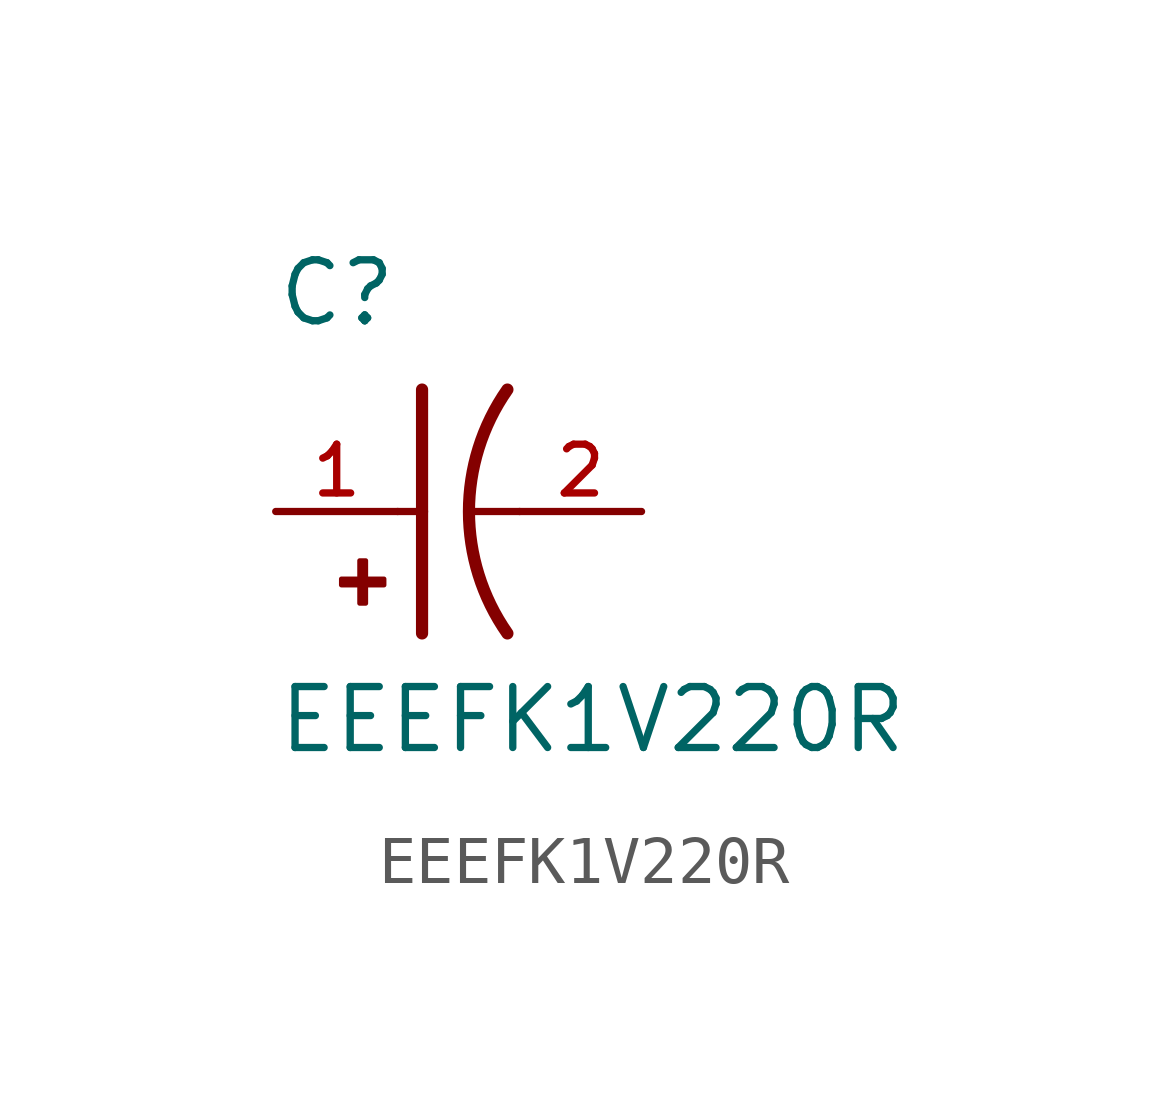
<source format=kicad_sym>
(kicad_symbol_lib
  (version 20211014)
  (generator kicad_symbol_editor)
  (symbol "EEEFK1V220R"
    (pin_names
      (offset 1.016))
    (property "Reference" "C"
      (at -2.54 3.81 0)
      (effects (font (size 1.27 1.27)) (justify bottom left)))
    (property "Value" "EEEFK1V220R"
      (at -2.54 -5.08 0)
      (effects (font (size 1.27 1.27)) (justify bottom left)))
    (symbol "EEEFK1V220R_0_0"
      (arc (start 2.286 -2.54) (mid 1.4851 -0.0) (end 2.286 2.54) (stroke (width 0.254) (type default) (color 0 0 0 0)) (fill (type none)))
      (polyline (pts (xy 0.508 2.54) (xy 0.508 0.0)) (stroke (width 0.254)))
      (rectangle (start -1.173 -1.532) (end -0.284 -1.405) (stroke (width 0.1)) (fill (type outline)))
      (rectangle (start -0.792 -1.913) (end -0.665 -1.024) (stroke (width 0.1)) (fill (type outline)))
      (polyline (pts (xy 0.508 0.0) (xy 0.508 -2.54)) (stroke (width 0.254)))
      (polyline (pts (xy 0.0 0.0) (xy 0.508 0.0)) (stroke (width 0.152)))
      (polyline (pts (xy 2.54 0.0) (xy 1.524 0.0)) (stroke (width 0.152)))
      (pin passive line (at -2.54 0.0 0) (length 2.54) (name "~" (effects (font (size 1.016 1.016)))) (number "1" (effects (font (size 1.016 1.016)))))
      (pin passive line (at 5.08 0.0 180.0) (length 2.54) (name "~" (effects (font (size 1.016 1.016)))) (number "2" (effects (font (size 1.016 1.016))))))))
</source>
